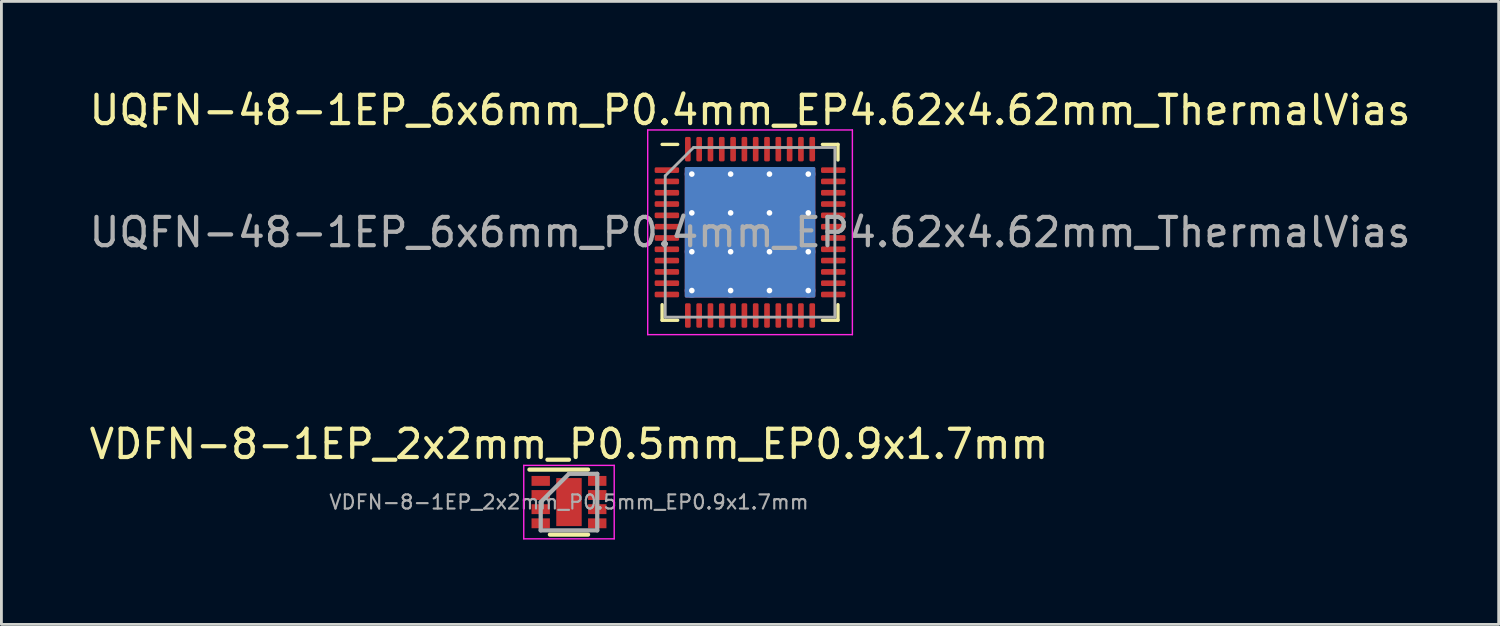
<source format=kicad_pcb>
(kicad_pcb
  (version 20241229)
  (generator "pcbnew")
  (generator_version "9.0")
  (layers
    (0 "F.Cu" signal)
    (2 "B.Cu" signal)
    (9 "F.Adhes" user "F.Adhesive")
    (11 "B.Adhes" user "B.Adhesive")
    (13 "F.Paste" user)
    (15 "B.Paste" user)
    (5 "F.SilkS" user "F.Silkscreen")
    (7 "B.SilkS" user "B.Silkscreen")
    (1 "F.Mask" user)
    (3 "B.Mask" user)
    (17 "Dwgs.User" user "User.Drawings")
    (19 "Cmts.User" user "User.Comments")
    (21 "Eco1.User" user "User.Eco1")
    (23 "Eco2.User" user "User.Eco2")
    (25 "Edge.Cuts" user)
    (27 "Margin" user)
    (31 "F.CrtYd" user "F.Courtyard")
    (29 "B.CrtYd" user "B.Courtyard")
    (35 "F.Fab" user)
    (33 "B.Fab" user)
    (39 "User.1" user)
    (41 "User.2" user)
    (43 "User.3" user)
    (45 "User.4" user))
  (footprint "VDFN-8-1EP_2x2mm_P0.5mm_EP0.9x1.7mm"
    (layer "F.Cu")
    (at 17.077 14.711)
    (property "Reference" "VDFN-8-1EP_2x2mm_P0.5mm_EP0.9x1.7mm" (at 0 -2.05 0) (layer "F.SilkS") (effects (font (size 1 1) (thickness 0.15))))
    (attr smd)
    (fp_line (start -1.4 -1.15) (end 0.675 -1.15) (stroke (width 0.15) (type solid)) (layer "F.SilkS"))
    (fp_line (start -0.675 1.15) (end 0.675 1.15) (stroke (width 0.15) (type solid)) (layer "F.SilkS"))
    (fp_line (start -1.6 -1.3) (end -1.6 1.3) (stroke (width 0.05) (type solid)) (layer "F.CrtYd"))
    (fp_line (start -1.6 -1.3) (end 1.6 -1.3) (stroke (width 0.05) (type solid)) (layer "F.CrtYd"))
    (fp_line (start -1.6 1.3) (end 1.6 1.3) (stroke (width 0.05) (type solid)) (layer "F.CrtYd"))
    (fp_line (start 1.6 -1.3) (end 1.6 1.3) (stroke (width 0.05) (type solid)) (layer "F.CrtYd"))
    (fp_line (start -1 0) (end 0 -1) (stroke (width 0.15) (type solid)) (layer "F.Fab"))
    (fp_line (start -1 1) (end -1 0) (stroke (width 0.15) (type solid)) (layer "F.Fab"))
    (fp_line (start 0 -1) (end 1 -1) (stroke (width 0.15) (type solid)) (layer "F.Fab"))
    (fp_line (start 1 -1) (end 1 1) (stroke (width 0.15) (type solid)) (layer "F.Fab"))
    (fp_line (start 1 1) (end -1 1) (stroke (width 0.15) (type solid)) (layer "F.Fab"))
    (fp_text user "${REFERENCE}" (at 0 0 0) (layer "F.Fab") (effects (font (size 0.5 0.5) (thickness 0.075))))
    (pad "" smd rect (at 0 -0.425) (size 0.72 0.69) (layers "F.Paste"))
    (pad "" smd rect (at 0 0.425) (size 0.72 0.69) (layers "F.Paste"))
    (pad "1" smd rect (at -1 -0.75) (size 0.65 0.35) (layers "F.Cu" "F.Mask" "F.Paste"))
    (pad "2" smd rect (at -1 -0.25) (size 0.65 0.35) (layers "F.Cu" "F.Mask" "F.Paste"))
    (pad "3" smd rect (at -1 0.25) (size 0.65 0.35) (layers "F.Cu" "F.Mask" "F.Paste"))
    (pad "4" smd rect (at -1 0.75) (size 0.65 0.35) (layers "F.Cu" "F.Mask" "F.Paste"))
    (pad "5" smd rect (at 1 0.75) (size 0.65 0.35) (layers "F.Cu" "F.Mask" "F.Paste"))
    (pad "6" smd rect (at 1 0.25) (size 0.65 0.35) (layers "F.Cu" "F.Mask" "F.Paste"))
    (pad "7" smd rect (at 1 -0.25) (size 0.65 0.35) (layers "F.Cu" "F.Mask" "F.Paste"))
    (pad "8" smd rect (at 1 -0.75) (size 0.65 0.35) (layers "F.Cu" "F.Mask" "F.Paste"))
    (pad "9" smd rect (at 0 0) (size 0.9 1.7) (layers "F.Cu" "F.Mask")))
  (footprint "UQFN-48-1EP_6x6mm_P0.4mm_EP4.62x4.62mm_ThermalVias"
    (layer "F.Cu")
    (at 23.482 5.168)
    (property "Reference" "UQFN-48-1EP_6x6mm_P0.4mm_EP4.62x4.62mm_ThermalVias" (at 0 -4.32 0) (layer "F.SilkS") (effects (font (size 1 1) (thickness 0.15))))
    (attr smd)
    (fp_line (start -3.11 3.11) (end -3.11 2.56) (stroke (width 0.12) (type solid)) (layer "F.SilkS"))
    (fp_line (start -2.56 -3.11) (end -3.11 -3.11) (stroke (width 0.12) (type solid)) (layer "F.SilkS"))
    (fp_line (start -2.56 3.11) (end -3.11 3.11) (stroke (width 0.12) (type solid)) (layer "F.SilkS"))
    (fp_line (start 2.56 -3.11) (end 3.11 -3.11) (stroke (width 0.12) (type solid)) (layer "F.SilkS"))
    (fp_line (start 2.56 3.11) (end 3.11 3.11) (stroke (width 0.12) (type solid)) (layer "F.SilkS"))
    (fp_line (start 3.11 -3.11) (end 3.11 -2.56) (stroke (width 0.12) (type solid)) (layer "F.SilkS"))
    (fp_line (start 3.11 3.11) (end 3.11 2.56) (stroke (width 0.12) (type solid)) (layer "F.SilkS"))
    (fp_line (start -3.62 -3.62) (end -3.62 3.62) (stroke (width 0.05) (type solid)) (layer "F.CrtYd"))
    (fp_line (start -3.62 3.62) (end 3.62 3.62) (stroke (width 0.05) (type solid)) (layer "F.CrtYd"))
    (fp_line (start 3.62 -3.62) (end -3.62 -3.62) (stroke (width 0.05) (type solid)) (layer "F.CrtYd"))
    (fp_line (start 3.62 3.62) (end 3.62 -3.62) (stroke (width 0.05) (type solid)) (layer "F.CrtYd"))
    (fp_line (start -3 -2) (end -2 -3) (stroke (width 0.1) (type solid)) (layer "F.Fab"))
    (fp_line (start -3 3) (end -3 -2) (stroke (width 0.1) (type solid)) (layer "F.Fab"))
    (fp_line (start -2 -3) (end 3 -3) (stroke (width 0.1) (type solid)) (layer "F.Fab"))
    (fp_line (start 3 -3) (end 3 3) (stroke (width 0.1) (type solid)) (layer "F.Fab"))
    (fp_line (start 3 3) (end -3 3) (stroke (width 0.1) (type solid)) (layer "F.Fab"))
    (fp_text user "${REFERENCE}" (at 0 0 0) (layer "F.Fab") (effects (font (size 1 1) (thickness 0.15))))
    (pad "" smd roundrect (at -1.373 -1.373) (size 1.193 1.193) (layers "F.Paste") (roundrect_rratio 0.21))
    (pad "" smd roundrect (at -1.373 0) (size 1.193 1.193) (layers "F.Paste") (roundrect_rratio 0.21))
    (pad "" smd roundrect (at -1.373 1.373) (size 1.193 1.193) (layers "F.Paste") (roundrect_rratio 0.21))
    (pad "" smd roundrect (at 0 -1.373) (size 1.193 1.193) (layers "F.Paste") (roundrect_rratio 0.21))
    (pad "" smd roundrect (at 0 0) (size 1.193 1.193) (layers "F.Paste") (roundrect_rratio 0.21))
    (pad "" smd roundrect (at 0 1.373) (size 1.193 1.193) (layers "F.Paste") (roundrect_rratio 0.21))
    (pad "" smd roundrect (at 1.373 -1.373) (size 1.193 1.193) (layers "F.Paste") (roundrect_rratio 0.21))
    (pad "" smd roundrect (at 1.373 0) (size 1.193 1.193) (layers "F.Paste") (roundrect_rratio 0.21))
    (pad "" smd roundrect (at 1.373 1.373) (size 1.193 1.193) (layers "F.Paste") (roundrect_rratio 0.21))
    (pad "1" smd roundrect (at -2.942 -2.2) (size 0.865 0.2) (layers "F.Cu" "F.Mask" "F.Paste") (roundrect_rratio 0.25))
    (pad "2" smd roundrect (at -2.942 -1.8) (size 0.865 0.2) (layers "F.Cu" "F.Mask" "F.Paste") (roundrect_rratio 0.25))
    (pad "3" smd roundrect (at -2.942 -1.4) (size 0.865 0.2) (layers "F.Cu" "F.Mask" "F.Paste") (roundrect_rratio 0.25))
    (pad "4" smd roundrect (at -2.942 -1) (size 0.865 0.2) (layers "F.Cu" "F.Mask" "F.Paste") (roundrect_rratio 0.25))
    (pad "5" smd roundrect (at -2.942 -0.6) (size 0.865 0.2) (layers "F.Cu" "F.Mask" "F.Paste") (roundrect_rratio 0.25))
    (pad "6" smd roundrect (at -2.942 -0.2) (size 0.865 0.2) (layers "F.Cu" "F.Mask" "F.Paste") (roundrect_rratio 0.25))
    (pad "7" smd roundrect (at -2.942 0.2) (size 0.865 0.2) (layers "F.Cu" "F.Mask" "F.Paste") (roundrect_rratio 0.25))
    (pad "8" smd roundrect (at -2.942 0.6) (size 0.865 0.2) (layers "F.Cu" "F.Mask" "F.Paste") (roundrect_rratio 0.25))
    (pad "9" smd roundrect (at -2.942 1) (size 0.865 0.2) (layers "F.Cu" "F.Mask" "F.Paste") (roundrect_rratio 0.25))
    (pad "10" smd roundrect (at -2.942 1.4) (size 0.865 0.2) (layers "F.Cu" "F.Mask" "F.Paste") (roundrect_rratio 0.25))
    (pad "11" smd roundrect (at -2.942 1.8) (size 0.865 0.2) (layers "F.Cu" "F.Mask" "F.Paste") (roundrect_rratio 0.25))
    (pad "12" smd roundrect (at -2.942 2.2) (size 0.865 0.2) (layers "F.Cu" "F.Mask" "F.Paste") (roundrect_rratio 0.25))
    (pad "13" smd roundrect (at -2.2 2.942) (size 0.2 0.865) (layers "F.Cu" "F.Mask" "F.Paste") (roundrect_rratio 0.25))
    (pad "14" smd roundrect (at -1.8 2.942) (size 0.2 0.865) (layers "F.Cu" "F.Mask" "F.Paste") (roundrect_rratio 0.25))
    (pad "15" smd roundrect (at -1.4 2.942) (size 0.2 0.865) (layers "F.Cu" "F.Mask" "F.Paste") (roundrect_rratio 0.25))
    (pad "16" smd roundrect (at -1 2.942) (size 0.2 0.865) (layers "F.Cu" "F.Mask" "F.Paste") (roundrect_rratio 0.25))
    (pad "17" smd roundrect (at -0.6 2.942) (size 0.2 0.865) (layers "F.Cu" "F.Mask" "F.Paste") (roundrect_rratio 0.25))
    (pad "18" smd roundrect (at -0.2 2.942) (size 0.2 0.865) (layers "F.Cu" "F.Mask" "F.Paste") (roundrect_rratio 0.25))
    (pad "19" smd roundrect (at 0.2 2.942) (size 0.2 0.865) (layers "F.Cu" "F.Mask" "F.Paste") (roundrect_rratio 0.25))
    (pad "20" smd roundrect (at 0.6 2.942) (size 0.2 0.865) (layers "F.Cu" "F.Mask" "F.Paste") (roundrect_rratio 0.25))
    (pad "21" smd roundrect (at 1 2.942) (size 0.2 0.865) (layers "F.Cu" "F.Mask" "F.Paste") (roundrect_rratio 0.25))
    (pad "22" smd roundrect (at 1.4 2.942) (size 0.2 0.865) (layers "F.Cu" "F.Mask" "F.Paste") (roundrect_rratio 0.25))
    (pad "23" smd roundrect (at 1.8 2.942) (size 0.2 0.865) (layers "F.Cu" "F.Mask" "F.Paste") (roundrect_rratio 0.25))
    (pad "24" smd roundrect (at 2.2 2.942) (size 0.2 0.865) (layers "F.Cu" "F.Mask" "F.Paste") (roundrect_rratio 0.25))
    (pad "25" smd roundrect (at 2.942 2.2) (size 0.865 0.2) (layers "F.Cu" "F.Mask" "F.Paste") (roundrect_rratio 0.25))
    (pad "26" smd roundrect (at 2.942 1.8) (size 0.865 0.2) (layers "F.Cu" "F.Mask" "F.Paste") (roundrect_rratio 0.25))
    (pad "27" smd roundrect (at 2.942 1.4) (size 0.865 0.2) (layers "F.Cu" "F.Mask" "F.Paste") (roundrect_rratio 0.25))
    (pad "28" smd roundrect (at 2.942 1) (size 0.865 0.2) (layers "F.Cu" "F.Mask" "F.Paste") (roundrect_rratio 0.25))
    (pad "29" smd roundrect (at 2.942 0.6) (size 0.865 0.2) (layers "F.Cu" "F.Mask" "F.Paste") (roundrect_rratio 0.25))
    (pad "30" smd roundrect (at 2.942 0.2) (size 0.865 0.2) (layers "F.Cu" "F.Mask" "F.Paste") (roundrect_rratio 0.25))
    (pad "31" smd roundrect (at 2.942 -0.2) (size 0.865 0.2) (layers "F.Cu" "F.Mask" "F.Paste") (roundrect_rratio 0.25))
    (pad "32" smd roundrect (at 2.942 -0.6) (size 0.865 0.2) (layers "F.Cu" "F.Mask" "F.Paste") (roundrect_rratio 0.25))
    (pad "33" smd roundrect (at 2.942 -1) (size 0.865 0.2) (layers "F.Cu" "F.Mask" "F.Paste") (roundrect_rratio 0.25))
    (pad "34" smd roundrect (at 2.942 -1.4) (size 0.865 0.2) (layers "F.Cu" "F.Mask" "F.Paste") (roundrect_rratio 0.25))
    (pad "35" smd roundrect (at 2.942 -1.8) (size 0.865 0.2) (layers "F.Cu" "F.Mask" "F.Paste") (roundrect_rratio 0.25))
    (pad "36" smd roundrect (at 2.942 -2.2) (size 0.865 0.2) (layers "F.Cu" "F.Mask" "F.Paste") (roundrect_rratio 0.25))
    (pad "37" smd roundrect (at 2.2 -2.942) (size 0.2 0.865) (layers "F.Cu" "F.Mask" "F.Paste") (roundrect_rratio 0.25))
    (pad "38" smd roundrect (at 1.8 -2.942) (size 0.2 0.865) (layers "F.Cu" "F.Mask" "F.Paste") (roundrect_rratio 0.25))
    (pad "39" smd roundrect (at 1.4 -2.942) (size 0.2 0.865) (layers "F.Cu" "F.Mask" "F.Paste") (roundrect_rratio 0.25))
    (pad "40" smd roundrect (at 1 -2.942) (size 0.2 0.865) (layers "F.Cu" "F.Mask" "F.Paste") (roundrect_rratio 0.25))
    (pad "41" smd roundrect (at 0.6 -2.942) (size 0.2 0.865) (layers "F.Cu" "F.Mask" "F.Paste") (roundrect_rratio 0.25))
    (pad "42" smd roundrect (at 0.2 -2.942) (size 0.2 0.865) (layers "F.Cu" "F.Mask" "F.Paste") (roundrect_rratio 0.25))
    (pad "43" smd roundrect (at -0.2 -2.942) (size 0.2 0.865) (layers "F.Cu" "F.Mask" "F.Paste") (roundrect_rratio 0.25))
    (pad "44" smd roundrect (at -0.6 -2.942) (size 0.2 0.865) (layers "F.Cu" "F.Mask" "F.Paste") (roundrect_rratio 0.25))
    (pad "45" smd roundrect (at -1 -2.942) (size 0.2 0.865) (layers "F.Cu" "F.Mask" "F.Paste") (roundrect_rratio 0.25))
    (pad "46" smd roundrect (at -1.4 -2.942) (size 0.2 0.865) (layers "F.Cu" "F.Mask" "F.Paste") (roundrect_rratio 0.25))
    (pad "47" smd roundrect (at -1.8 -2.942) (size 0.2 0.865) (layers "F.Cu" "F.Mask" "F.Paste") (roundrect_rratio 0.25))
    (pad "48" smd roundrect (at -2.2 -2.942) (size 0.2 0.865) (layers "F.Cu" "F.Mask" "F.Paste") (roundrect_rratio 0.25))
    (pad "49" thru_hole circle (at -2.06 -2.06) (size 0.5 0.5) (drill 0.2) (layers "*.Cu"))
    (pad "49" thru_hole circle (at -2.06 -0.687) (size 0.5 0.5) (drill 0.2) (layers "*.Cu"))
    (pad "49" thru_hole circle (at -2.06 0.687) (size 0.5 0.5) (drill 0.2) (layers "*.Cu"))
    (pad "49" thru_hole circle (at -2.06 2.06) (size 0.5 0.5) (drill 0.2) (layers "*.Cu"))
    (pad "49" thru_hole circle (at -0.687 -2.06) (size 0.5 0.5) (drill 0.2) (layers "*.Cu"))
    (pad "49" thru_hole circle (at -0.687 -0.687) (size 0.5 0.5) (drill 0.2) (layers "*.Cu"))
    (pad "49" thru_hole circle (at -0.687 0.687) (size 0.5 0.5) (drill 0.2) (layers "*.Cu"))
    (pad "49" thru_hole circle (at -0.687 2.06) (size 0.5 0.5) (drill 0.2) (layers "*.Cu"))
    (pad "49" smd roundrect (at 0 0) (size 4.62 4.62) (layers "F.Cu" "F.Mask") (roundrect_rratio 0.011))
    (pad "49" smd roundrect (at 0 0) (size 4.62 4.62) (layers "B.Cu") (roundrect_rratio 0.011))
    (pad "49" thru_hole circle (at 0.687 -2.06) (size 0.5 0.5) (drill 0.2) (layers "*.Cu"))
    (pad "49" thru_hole circle (at 0.687 -0.687) (size 0.5 0.5) (drill 0.2) (layers "*.Cu"))
    (pad "49" thru_hole circle (at 0.687 0.687) (size 0.5 0.5) (drill 0.2) (layers "*.Cu"))
    (pad "49" thru_hole circle (at 0.687 2.06) (size 0.5 0.5) (drill 0.2) (layers "*.Cu"))
    (pad "49" thru_hole circle (at 2.06 -2.06) (size 0.5 0.5) (drill 0.2) (layers "*.Cu"))
    (pad "49" thru_hole circle (at 2.06 -0.687) (size 0.5 0.5) (drill 0.2) (layers "*.Cu"))
    (pad "49" thru_hole circle (at 2.06 0.687) (size 0.5 0.5) (drill 0.2) (layers "*.Cu"))
    (pad "49" thru_hole circle (at 2.06 2.06) (size 0.5 0.5) (drill 0.2) (layers "*.Cu")))
  (gr_rect
    (start -3 -3)
    (end 49.964 19.037)
    (stroke (width 0.1) (type default))
    (fill no)
    (layer "Edge.Cuts")))
</source>
